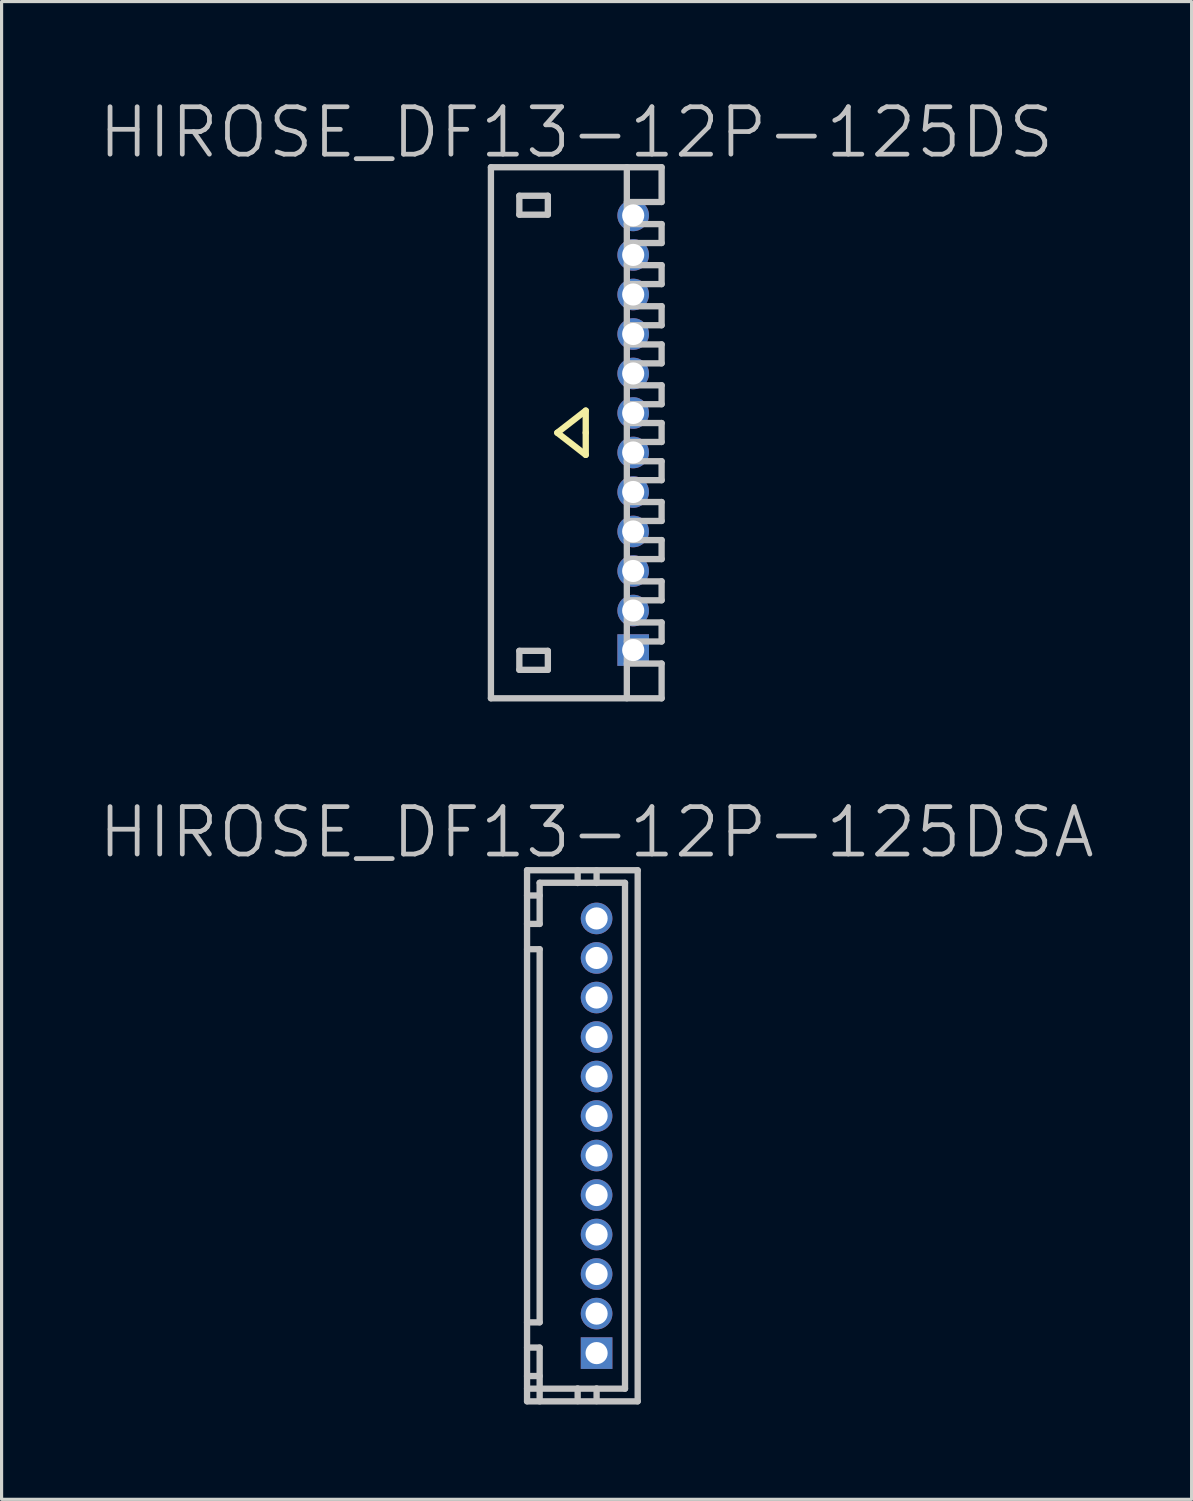
<source format=kicad_pcb>
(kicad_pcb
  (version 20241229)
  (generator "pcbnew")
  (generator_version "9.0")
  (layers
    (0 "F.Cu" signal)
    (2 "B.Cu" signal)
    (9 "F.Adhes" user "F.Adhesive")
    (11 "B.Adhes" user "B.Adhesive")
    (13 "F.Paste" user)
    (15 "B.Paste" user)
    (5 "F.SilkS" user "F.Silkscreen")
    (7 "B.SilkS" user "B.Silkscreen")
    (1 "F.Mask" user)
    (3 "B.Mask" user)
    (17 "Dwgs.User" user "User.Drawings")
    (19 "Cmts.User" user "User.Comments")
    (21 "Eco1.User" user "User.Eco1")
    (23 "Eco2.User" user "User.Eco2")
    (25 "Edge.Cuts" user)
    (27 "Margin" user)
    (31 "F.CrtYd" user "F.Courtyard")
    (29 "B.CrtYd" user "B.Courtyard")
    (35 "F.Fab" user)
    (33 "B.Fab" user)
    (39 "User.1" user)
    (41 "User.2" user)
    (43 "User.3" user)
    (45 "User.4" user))
  (footprint "HIROSE_DF13-12P-125DS"
    (layer "F.Cu")
    (at 15.182 10.641)
    (property "Reference" "HIROSE_DF13-12P-125DS" (at 0 -9.5 180) (layer "Dwgs.User") (effects (font (size 1.5 1.5) (thickness 0.15))))
    (attr through_hole)
    (fp_line (start -0.6 0) (end 0.3 0.7) (stroke (width 0.2) (type solid)) (layer "F.SilkS"))
    (fp_line (start 0.3 -0.7) (end -0.6 0) (stroke (width 0.2) (type solid)) (layer "F.SilkS"))
    (fp_line (start 0.3 0) (end 0.3 -0.7) (stroke (width 0.2) (type solid)) (layer "F.SilkS"))
    (fp_line (start 0.3 0.7) (end 0.3 0) (stroke (width 0.2) (type solid)) (layer "F.SilkS"))
    (fp_line (start -2.7 -8.4) (end 2.7 -8.4) (stroke (width 0.2) (type solid)) (layer "Dwgs.User"))
    (fp_line (start -2.7 8.4) (end -2.7 -8.4) (stroke (width 0.2) (type solid)) (layer "Dwgs.User"))
    (fp_line (start -2.7 8.402) (end 2.7 8.402) (stroke (width 0.2) (type solid)) (layer "Dwgs.User"))
    (fp_line (start -1.801 -7.498) (end -1.801 -6.899) (stroke (width 0.2) (type solid)) (layer "Dwgs.User"))
    (fp_line (start -1.801 -6.899) (end -0.899 -6.899) (stroke (width 0.2) (type solid)) (layer "Dwgs.User"))
    (fp_line (start -1.801 6.901) (end -0.899 6.901) (stroke (width 0.2) (type solid)) (layer "Dwgs.User"))
    (fp_line (start -1.801 7.501) (end -1.801 6.901) (stroke (width 0.2) (type solid)) (layer "Dwgs.User"))
    (fp_line (start -0.899 -7.498) (end -1.801 -7.498) (stroke (width 0.2) (type solid)) (layer "Dwgs.User"))
    (fp_line (start -0.899 -6.899) (end -0.899 -7.498) (stroke (width 0.2) (type solid)) (layer "Dwgs.User"))
    (fp_line (start -0.899 6.901) (end -0.899 7.501) (stroke (width 0.2) (type solid)) (layer "Dwgs.User"))
    (fp_line (start -0.899 7.501) (end -1.801 7.501) (stroke (width 0.2) (type solid)) (layer "Dwgs.User"))
    (fp_line (start 1.6 -8.4) (end 1.6 8.4) (stroke (width 0.2) (type solid)) (layer "Dwgs.User"))
    (fp_line (start 1.6 -7.3) (end 2.7 -7.3) (stroke (width 0.2) (type solid)) (layer "Dwgs.User"))
    (fp_line (start 1.6 -6.002) (end 2.7 -6.002) (stroke (width 0.2) (type solid)) (layer "Dwgs.User"))
    (fp_line (start 1.6 -4.702) (end 2.7 -4.702) (stroke (width 0.2) (type solid)) (layer "Dwgs.User"))
    (fp_line (start 1.6 -0.902) (end 2.7 -0.902) (stroke (width 0.2) (type solid)) (layer "Dwgs.User"))
    (fp_line (start 1.6 -0.307) (end 2.7 -0.307) (stroke (width 0.2) (type solid)) (layer "Dwgs.User"))
    (fp_line (start 1.6 0.292) (end 2.7 0.292) (stroke (width 0.2) (type solid)) (layer "Dwgs.User"))
    (fp_line (start 1.6 0.902) (end 2.7 0.902) (stroke (width 0.2) (type solid)) (layer "Dwgs.User"))
    (fp_line (start 1.6 2.192) (end 2.7 2.192) (stroke (width 0.2) (type solid)) (layer "Dwgs.User"))
    (fp_line (start 1.6 3.396) (end 2.7 3.396) (stroke (width 0.2) (type solid)) (layer "Dwgs.User"))
    (fp_line (start 1.6 4.702) (end 2.7 4.702) (stroke (width 0.2) (type solid)) (layer "Dwgs.User"))
    (fp_line (start 1.6 6.002) (end 2.7 6.002) (stroke (width 0.2) (type solid)) (layer "Dwgs.User"))
    (fp_line (start 1.6 7.303) (end 2.7 7.303) (stroke (width 0.2) (type solid)) (layer "Dwgs.User"))
    (fp_line (start 2.7 -7.3) (end 2.7 -8.4) (stroke (width 0.2) (type solid)) (layer "Dwgs.User"))
    (fp_line (start 2.7 -6.601) (end 1.6 -6.601) (stroke (width 0.2) (type solid)) (layer "Dwgs.User"))
    (fp_line (start 2.7 -6.002) (end 2.7 -6.601) (stroke (width 0.2) (type solid)) (layer "Dwgs.User"))
    (fp_line (start 2.7 -5.301) (end 1.6 -5.301) (stroke (width 0.2) (type solid)) (layer "Dwgs.User"))
    (fp_line (start 2.7 -4.702) (end 2.7 -5.301) (stroke (width 0.2) (type solid)) (layer "Dwgs.User"))
    (fp_line (start 2.7 -4.003) (end 1.6 -4.003) (stroke (width 0.2) (type solid)) (layer "Dwgs.User"))
    (fp_line (start 2.7 -3.401) (end 1.6 -3.401) (stroke (width 0.2) (type solid)) (layer "Dwgs.User"))
    (fp_line (start 2.7 -3.401) (end 2.7 -4.003) (stroke (width 0.2) (type solid)) (layer "Dwgs.User"))
    (fp_line (start 2.7 -2.794) (end 1.6 -2.794) (stroke (width 0.2) (type solid)) (layer "Dwgs.User"))
    (fp_line (start 2.7 -2.195) (end 1.6 -2.195) (stroke (width 0.2) (type solid)) (layer "Dwgs.User"))
    (fp_line (start 2.7 -2.195) (end 2.7 -2.794) (stroke (width 0.2) (type solid)) (layer "Dwgs.User"))
    (fp_line (start 2.7 -1.501) (end 1.6 -1.501) (stroke (width 0.2) (type solid)) (layer "Dwgs.User"))
    (fp_line (start 2.7 -0.902) (end 2.7 -1.501) (stroke (width 0.2) (type solid)) (layer "Dwgs.User"))
    (fp_line (start 2.7 0.292) (end 2.7 -0.307) (stroke (width 0.2) (type solid)) (layer "Dwgs.User"))
    (fp_line (start 2.7 0.902) (end 2.7 1.501) (stroke (width 0.2) (type solid)) (layer "Dwgs.User"))
    (fp_line (start 2.7 1.501) (end 1.6 1.501) (stroke (width 0.2) (type solid)) (layer "Dwgs.User"))
    (fp_line (start 2.7 2.192) (end 2.7 2.791) (stroke (width 0.2) (type solid)) (layer "Dwgs.User"))
    (fp_line (start 2.7 2.791) (end 1.6 2.791) (stroke (width 0.2) (type solid)) (layer "Dwgs.User"))
    (fp_line (start 2.7 3.396) (end 2.7 3.998) (stroke (width 0.2) (type solid)) (layer "Dwgs.User"))
    (fp_line (start 2.7 3.998) (end 1.6 3.998) (stroke (width 0.2) (type solid)) (layer "Dwgs.User"))
    (fp_line (start 2.7 4.702) (end 2.7 5.301) (stroke (width 0.2) (type solid)) (layer "Dwgs.User"))
    (fp_line (start 2.7 5.301) (end 1.6 5.301) (stroke (width 0.2) (type solid)) (layer "Dwgs.User"))
    (fp_line (start 2.7 6.002) (end 2.7 6.604) (stroke (width 0.2) (type solid)) (layer "Dwgs.User"))
    (fp_line (start 2.7 6.604) (end 1.6 6.604) (stroke (width 0.2) (type solid)) (layer "Dwgs.User"))
    (fp_line (start 2.7 8.402) (end 2.7 7.303) (stroke (width 0.2) (type solid)) (layer "Dwgs.User"))
    (pad "1" thru_hole rect (at 1.801 6.876 270) (size 1 1) (drill 0.7) (layers "*.Cu" "*.Mask"))
    (pad "2" thru_hole circle (at 1.801 5.626 270) (size 1 1) (drill 0.7) (layers "*.Cu" "*.Mask"))
    (pad "3" thru_hole circle (at 1.801 4.374 270) (size 1 1) (drill 0.7) (layers "*.Cu" "*.Mask"))
    (pad "4" thru_hole circle (at 1.801 3.124 270) (size 1 1) (drill 0.7) (layers "*.Cu" "*.Mask"))
    (pad "5" thru_hole circle (at 1.801 1.875 270) (size 1 1) (drill 0.7) (layers "*.Cu" "*.Mask"))
    (pad "6" thru_hole circle (at 1.801 0.625 270) (size 1 1) (drill 0.7) (layers "*.Cu" "*.Mask"))
    (pad "7" thru_hole circle (at 1.801 -0.625 270) (size 1 1) (drill 0.7) (layers "*.Cu" "*.Mask"))
    (pad "8" thru_hole circle (at 1.801 -1.875 270) (size 1 1) (drill 0.7) (layers "*.Cu" "*.Mask"))
    (pad "9" thru_hole circle (at 1.801 -3.124 270) (size 1 1) (drill 0.7) (layers "*.Cu" "*.Mask"))
    (pad "10" thru_hole circle (at 1.801 -4.374 270) (size 1 1) (drill 0.7) (layers "*.Cu" "*.Mask"))
    (pad "11" thru_hole circle (at 1.801 -5.626 270) (size 1 1) (drill 0.7) (layers "*.Cu" "*.Mask"))
    (pad "12" thru_hole circle (at 1.801 -6.876 270) (size 1 1) (drill 0.7) (layers "*.Cu" "*.Mask")))
  (footprint "HIROSE_DF13-12P-125DSA"
    (layer "F.Cu")
    (at 15.825 32.884)
    (property "Reference" "HIROSE_DF13-12P-125DSA" (at 0 -9.6 180) (layer "Dwgs.User") (effects (font (size 1.5 1.5) (thickness 0.15))))
    (attr through_hole)
    (fp_line (start -2.2 -8.402) (end 1.3 -8.402) (stroke (width 0.2) (type solid)) (layer "Dwgs.User"))
    (fp_line (start -2.2 -5.903) (end -1.801 -5.903) (stroke (width 0.2) (type solid)) (layer "Dwgs.User"))
    (fp_line (start -2.2 5.903) (end -1.801 5.903) (stroke (width 0.2) (type solid)) (layer "Dwgs.User"))
    (fp_line (start -2.2 8.4) (end -2.2 -8.4) (stroke (width 0.2) (type solid)) (layer "Dwgs.User"))
    (fp_line (start -1.801 -7.602) (end -2.2 -7.602) (stroke (width 0.2) (type solid)) (layer "Dwgs.User"))
    (fp_line (start -1.801 -6.703) (end -2.2 -6.703) (stroke (width 0.2) (type solid)) (layer "Dwgs.User"))
    (fp_line (start -1.801 -6.703) (end -1.801 -8.004) (stroke (width 0.2) (type solid)) (layer "Dwgs.User"))
    (fp_line (start -1.801 -5.9) (end -1.801 5.9) (stroke (width 0.2) (type solid)) (layer "Dwgs.User"))
    (fp_line (start -1.801 6.701) (end -2.2 6.701) (stroke (width 0.2) (type solid)) (layer "Dwgs.User"))
    (fp_line (start -1.801 6.701) (end -1.801 8.402) (stroke (width 0.2) (type solid)) (layer "Dwgs.User"))
    (fp_line (start -1.801 7.602) (end -2.2 7.602) (stroke (width 0.2) (type solid)) (layer "Dwgs.User"))
    (fp_line (start -0.599 -7.998) (end -0.599 -8.4) (stroke (width 0.2) (type solid)) (layer "Dwgs.User"))
    (fp_line (start -0.599 8.395) (end -0.599 7.993) (stroke (width 0.2) (type solid)) (layer "Dwgs.User"))
    (fp_line (start -0.099 -7) (end -0.099 -6.8) (stroke (width 0.2) (type solid)) (layer "Dwgs.User"))
    (fp_line (start -0.099 -6.8) (end 0.099 -6.8) (stroke (width 0.2) (type solid)) (layer "Dwgs.User"))
    (fp_line (start -0.099 -5.7) (end -0.099 -5.499) (stroke (width 0.2) (type solid)) (layer "Dwgs.User"))
    (fp_line (start -0.099 -5.499) (end 0.099 -5.499) (stroke (width 0.2) (type solid)) (layer "Dwgs.User"))
    (fp_line (start -0.099 -4.501) (end -0.099 -4.3) (stroke (width 0.2) (type solid)) (layer "Dwgs.User"))
    (fp_line (start -0.099 -4.3) (end 0.099 -4.3) (stroke (width 0.2) (type solid)) (layer "Dwgs.User"))
    (fp_line (start -0.099 -3.2) (end -0.099 -3) (stroke (width 0.2) (type solid)) (layer "Dwgs.User"))
    (fp_line (start -0.099 -3) (end 0.099 -3) (stroke (width 0.2) (type solid)) (layer "Dwgs.User"))
    (fp_line (start -0.099 -1.999) (end -0.099 -1.801) (stroke (width 0.2) (type solid)) (layer "Dwgs.User"))
    (fp_line (start -0.099 -1.801) (end 0.099 -1.801) (stroke (width 0.2) (type solid)) (layer "Dwgs.User"))
    (fp_line (start -0.099 -0.701) (end -0.099 -0.5) (stroke (width 0.2) (type solid)) (layer "Dwgs.User"))
    (fp_line (start -0.099 -0.5) (end 0.099 -0.5) (stroke (width 0.2) (type solid)) (layer "Dwgs.User"))
    (fp_line (start -0.099 0.5) (end 0.099 0.5) (stroke (width 0.2) (type solid)) (layer "Dwgs.User"))
    (fp_line (start -0.099 0.701) (end -0.099 0.5) (stroke (width 0.2) (type solid)) (layer "Dwgs.User"))
    (fp_line (start -0.099 1.801) (end 0.099 1.801) (stroke (width 0.2) (type solid)) (layer "Dwgs.User"))
    (fp_line (start -0.099 1.999) (end -0.099 1.801) (stroke (width 0.2) (type solid)) (layer "Dwgs.User"))
    (fp_line (start -0.099 3) (end 0.099 3) (stroke (width 0.2) (type solid)) (layer "Dwgs.User"))
    (fp_line (start -0.099 3.2) (end -0.099 3) (stroke (width 0.2) (type solid)) (layer "Dwgs.User"))
    (fp_line (start -0.099 4.3) (end 0.099 4.3) (stroke (width 0.2) (type solid)) (layer "Dwgs.User"))
    (fp_line (start -0.099 4.501) (end -0.099 4.3) (stroke (width 0.2) (type solid)) (layer "Dwgs.User"))
    (fp_line (start -0.099 5.499) (end 0.099 5.499) (stroke (width 0.2) (type solid)) (layer "Dwgs.User"))
    (fp_line (start -0.099 5.7) (end -0.099 5.499) (stroke (width 0.2) (type solid)) (layer "Dwgs.User"))
    (fp_line (start -0.099 6.8) (end 0.099 6.8) (stroke (width 0.2) (type solid)) (layer "Dwgs.User"))
    (fp_line (start -0.099 7) (end -0.099 6.8) (stroke (width 0.2) (type solid)) (layer "Dwgs.User"))
    (fp_line (start 0 -7.998) (end 0 -8.4) (stroke (width 0.2) (type solid)) (layer "Dwgs.User"))
    (fp_line (start 0 7.993) (end 0 8.395) (stroke (width 0.2) (type solid)) (layer "Dwgs.User"))
    (fp_line (start 0.099 -7) (end -0.099 -7) (stroke (width 0.2) (type solid)) (layer "Dwgs.User"))
    (fp_line (start 0.099 -6.8) (end 0.099 -7) (stroke (width 0.2) (type solid)) (layer "Dwgs.User"))
    (fp_line (start 0.099 -5.7) (end -0.099 -5.7) (stroke (width 0.2) (type solid)) (layer "Dwgs.User"))
    (fp_line (start 0.099 -5.499) (end 0.099 -5.7) (stroke (width 0.2) (type solid)) (layer "Dwgs.User"))
    (fp_line (start 0.099 -4.501) (end -0.099 -4.501) (stroke (width 0.2) (type solid)) (layer "Dwgs.User"))
    (fp_line (start 0.099 -4.3) (end 0.099 -4.501) (stroke (width 0.2) (type solid)) (layer "Dwgs.User"))
    (fp_line (start 0.099 -3.2) (end -0.099 -3.2) (stroke (width 0.2) (type solid)) (layer "Dwgs.User"))
    (fp_line (start 0.099 -3) (end 0.099 -3.2) (stroke (width 0.2) (type solid)) (layer "Dwgs.User"))
    (fp_line (start 0.099 -1.999) (end -0.099 -1.999) (stroke (width 0.2) (type solid)) (layer "Dwgs.User"))
    (fp_line (start 0.099 -1.801) (end 0.099 -1.999) (stroke (width 0.2) (type solid)) (layer "Dwgs.User"))
    (fp_line (start 0.099 -0.701) (end -0.099 -0.701) (stroke (width 0.2) (type solid)) (layer "Dwgs.User"))
    (fp_line (start 0.099 -0.5) (end 0.099 -0.701) (stroke (width 0.2) (type solid)) (layer "Dwgs.User"))
    (fp_line (start 0.099 0.5) (end 0.099 0.701) (stroke (width 0.2) (type solid)) (layer "Dwgs.User"))
    (fp_line (start 0.099 0.701) (end -0.099 0.701) (stroke (width 0.2) (type solid)) (layer "Dwgs.User"))
    (fp_line (start 0.099 1.801) (end 0.099 1.999) (stroke (width 0.2) (type solid)) (layer "Dwgs.User"))
    (fp_line (start 0.099 1.999) (end -0.099 1.999) (stroke (width 0.2) (type solid)) (layer "Dwgs.User"))
    (fp_line (start 0.099 3) (end 0.099 3.2) (stroke (width 0.2) (type solid)) (layer "Dwgs.User"))
    (fp_line (start 0.099 3.2) (end -0.099 3.2) (stroke (width 0.2) (type solid)) (layer "Dwgs.User"))
    (fp_line (start 0.099 4.3) (end 0.099 4.501) (stroke (width 0.2) (type solid)) (layer "Dwgs.User"))
    (fp_line (start 0.099 4.501) (end -0.099 4.501) (stroke (width 0.2) (type solid)) (layer "Dwgs.User"))
    (fp_line (start 0.099 5.499) (end 0.099 5.7) (stroke (width 0.2) (type solid)) (layer "Dwgs.User"))
    (fp_line (start 0.099 5.7) (end -0.099 5.7) (stroke (width 0.2) (type solid)) (layer "Dwgs.User"))
    (fp_line (start 0.099 6.8) (end 0.099 7) (stroke (width 0.2) (type solid)) (layer "Dwgs.User"))
    (fp_line (start 0.099 7) (end -0.099 7) (stroke (width 0.2) (type solid)) (layer "Dwgs.User"))
    (fp_line (start 0.899 -8.004) (end -1.801 -8.004) (stroke (width 0.2) (type solid)) (layer "Dwgs.User"))
    (fp_line (start 0.899 8.001) (end -2.2 8.001) (stroke (width 0.2) (type solid)) (layer "Dwgs.User"))
    (fp_line (start 0.899 8.001) (end 0.899 -8.001) (stroke (width 0.2) (type solid)) (layer "Dwgs.User"))
    (fp_line (start 1.3 -8.4) (end 1.3 8.4) (stroke (width 0.2) (type solid)) (layer "Dwgs.User"))
    (fp_line (start 1.3 8.402) (end -2.2 8.402) (stroke (width 0.2) (type solid)) (layer "Dwgs.User"))
    (pad "1" thru_hole rect (at 0 6.876 270) (size 1 1) (drill 0.7) (layers "*.Cu" "*.Mask"))
    (pad "2" thru_hole circle (at 0 5.626 270) (size 1 1) (drill 0.7) (layers "*.Cu" "*.Mask"))
    (pad "3" thru_hole circle (at 0 4.374 270) (size 1 1) (drill 0.7) (layers "*.Cu" "*.Mask"))
    (pad "4" thru_hole circle (at 0 3.124 270) (size 1 1) (drill 0.7) (layers "*.Cu" "*.Mask"))
    (pad "5" thru_hole circle (at 0 1.875 270) (size 1 1) (drill 0.7) (layers "*.Cu" "*.Mask"))
    (pad "6" thru_hole circle (at 0 0.625 270) (size 1 1) (drill 0.7) (layers "*.Cu" "*.Mask"))
    (pad "7" thru_hole circle (at 0 -0.625 270) (size 1 1) (drill 0.7) (layers "*.Cu" "*.Mask"))
    (pad "8" thru_hole circle (at 0 -1.875 270) (size 1 1) (drill 0.7) (layers "*.Cu" "*.Mask"))
    (pad "9" thru_hole circle (at 0 -3.124 270) (size 1 1) (drill 0.7) (layers "*.Cu" "*.Mask"))
    (pad "10" thru_hole circle (at 0 -4.374 270) (size 1 1) (drill 0.7) (layers "*.Cu" "*.Mask"))
    (pad "11" thru_hole circle (at 0 -5.626 270) (size 1 1) (drill 0.7) (layers "*.Cu" "*.Mask"))
    (pad "12" thru_hole circle (at 0 -6.876 270) (size 1 1) (drill 0.7) (layers "*.Cu" "*.Mask")))
  (gr_rect
    (start -3 -3)
    (end 34.65 44.386)
    (stroke (width 0.1) (type default))
    (fill no)
    (layer "Edge.Cuts")))
</source>
